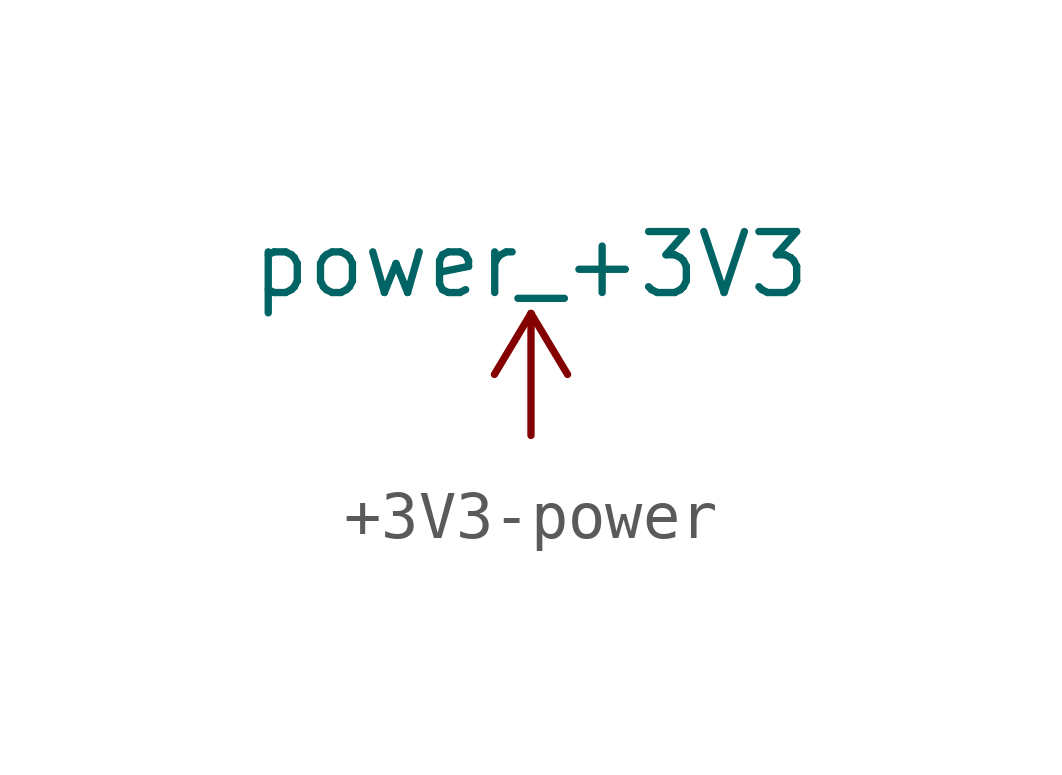
<source format=kicad_sym>
(kicad_symbol_lib
  (version 20241209)
  (generator "kicad_symbol_editor")
  (generator_version "9.0")
  (symbol "+3V3-power"
    (power)
    (pin_names
      (offset 0))
    (property "Reference" "#PWR"
      (at 0 -3.81 0)
      (effects (font (size 1.27 1.27)) (hide yes)))
    (property "Value" "power_+3V3"
      (at 0 3.556 0)
      (effects (font (size 1.27 1.27))))
    (symbol "+3V3-power_0_1"
      (polyline (pts (xy -0.762 1.27) (xy 0 2.54)) (stroke (width 0) (type solid)) (fill (type none)))
      (polyline (pts (xy 0 2.54) (xy 0.762 1.27)) (stroke (width 0) (type solid)) (fill (type none)))
      (polyline (pts (xy 0 0) (xy 0 2.54)) (stroke (width 0) (type solid)) (fill (type none))))
    (symbol "+3V3-power_1_1"
      (pin power_in line (at 0 0 90) (length 0) (hide yes) (name "+3V3" (effects (font (size 1.27 1.27)))) (number "1" (effects (font (size 1.27 1.27))))))))
</source>
